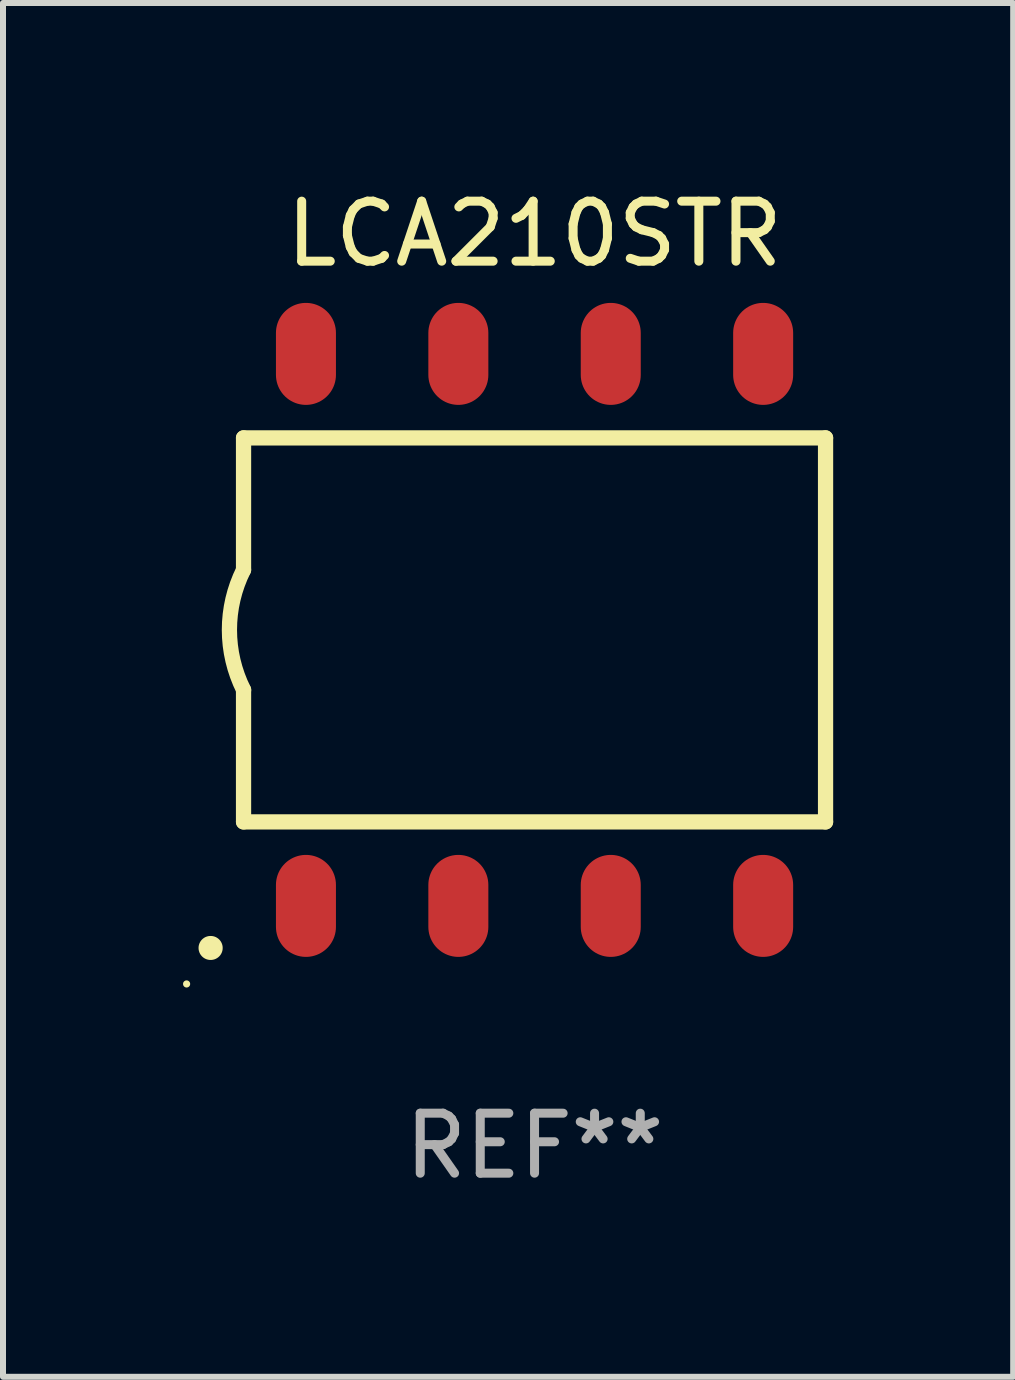
<source format=kicad_pcb>
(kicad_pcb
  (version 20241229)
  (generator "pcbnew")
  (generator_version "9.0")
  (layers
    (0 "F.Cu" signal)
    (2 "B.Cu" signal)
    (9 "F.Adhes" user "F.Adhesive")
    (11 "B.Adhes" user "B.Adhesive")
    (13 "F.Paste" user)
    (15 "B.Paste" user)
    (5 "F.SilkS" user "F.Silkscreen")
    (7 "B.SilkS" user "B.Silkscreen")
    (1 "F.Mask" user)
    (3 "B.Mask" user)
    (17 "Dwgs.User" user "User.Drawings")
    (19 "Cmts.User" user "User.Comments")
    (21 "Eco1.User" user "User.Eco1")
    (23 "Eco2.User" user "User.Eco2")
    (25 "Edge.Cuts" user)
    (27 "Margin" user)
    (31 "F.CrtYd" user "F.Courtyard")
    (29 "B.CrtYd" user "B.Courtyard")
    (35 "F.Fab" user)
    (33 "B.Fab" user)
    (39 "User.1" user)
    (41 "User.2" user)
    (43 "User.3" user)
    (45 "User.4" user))
  (footprint "LCA210STR"
    (layer "F.Cu")
    (at 5.859 7.448)
    (property "Reference" "LCA210STR" (at 0 -6.6 0) (layer "F.SilkS") (effects (font (size 1 1) (thickness 0.15))))
    (attr through_hole)
    (fp_line (start -4.85 -3.2) (end -4.85 -1) (stroke (width 0.254) (type solid)) (layer "F.SilkS"))
    (fp_line (start -4.85 -3.2) (end 4.85 -3.2) (stroke (width 0.254) (type solid)) (layer "F.SilkS"))
    (fp_line (start -4.85 3.2) (end -4.85 1) (stroke (width 0.254) (type solid)) (layer "F.SilkS"))
    (fp_line (start 4.85 -3.2) (end 4.85 3.2) (stroke (width 0.254) (type solid)) (layer "F.SilkS"))
    (fp_line (start 4.85 3.2) (end -4.85 3.2) (stroke (width 0.254) (type solid)) (layer "F.SilkS"))
    (fp_arc (start -5.400051 5.300991) (mid -5.398781 5.300987) (end -5.397511 5.300991) (stroke (width 0.4) (type solid)) (layer "F.SilkS"))
    (fp_arc (start -4.84887 1.000762) (mid -5.085418 0.000516) (end -4.850013 -1) (stroke (width 0.254001) (type solid)) (layer "F.SilkS"))
    (fp_circle (center -5.799 5.901) (end -5.769 5.901) (stroke (width 0.06) (type solid)) (fill no) (layer "F.SilkS"))
    (fp_text user "REF**" (at 0 8.6 0) (layer "F.Fab") (effects (font (size 1 1) (thickness 0.15))))
    (pad "1" smd oval (at -3.81 4.6) (size 1 1.7) (layers "F.Cu" "F.Mask" "F.Paste"))
    (pad "2" smd oval (at -1.27 4.6) (size 1 1.7) (layers "F.Cu" "F.Mask" "F.Paste"))
    (pad "3" smd oval (at 1.27 4.6) (size 1 1.7) (layers "F.Cu" "F.Mask" "F.Paste"))
    (pad "4" smd oval (at 3.81 4.6) (size 1 1.7) (layers "F.Cu" "F.Mask" "F.Paste"))
    (pad "5" smd oval (at 3.81 -4.6 180) (size 1 1.7) (layers "F.Cu" "F.Mask" "F.Paste"))
    (pad "6" smd oval (at 1.27 -4.6 180) (size 1 1.7) (layers "F.Cu" "F.Mask" "F.Paste"))
    (pad "7" smd oval (at -1.27 -4.6 180) (size 1 1.7) (layers "F.Cu" "F.Mask" "F.Paste"))
    (pad "8" smd oval (at -3.81 -4.6 180) (size 1 1.7) (layers "F.Cu" "F.Mask" "F.Paste")))
  (gr_rect
    (start -3 -3)
    (end 13.836 19.896)
    (stroke (width 0.1) (type default))
    (fill no)
    (layer "Edge.Cuts")))
</source>
